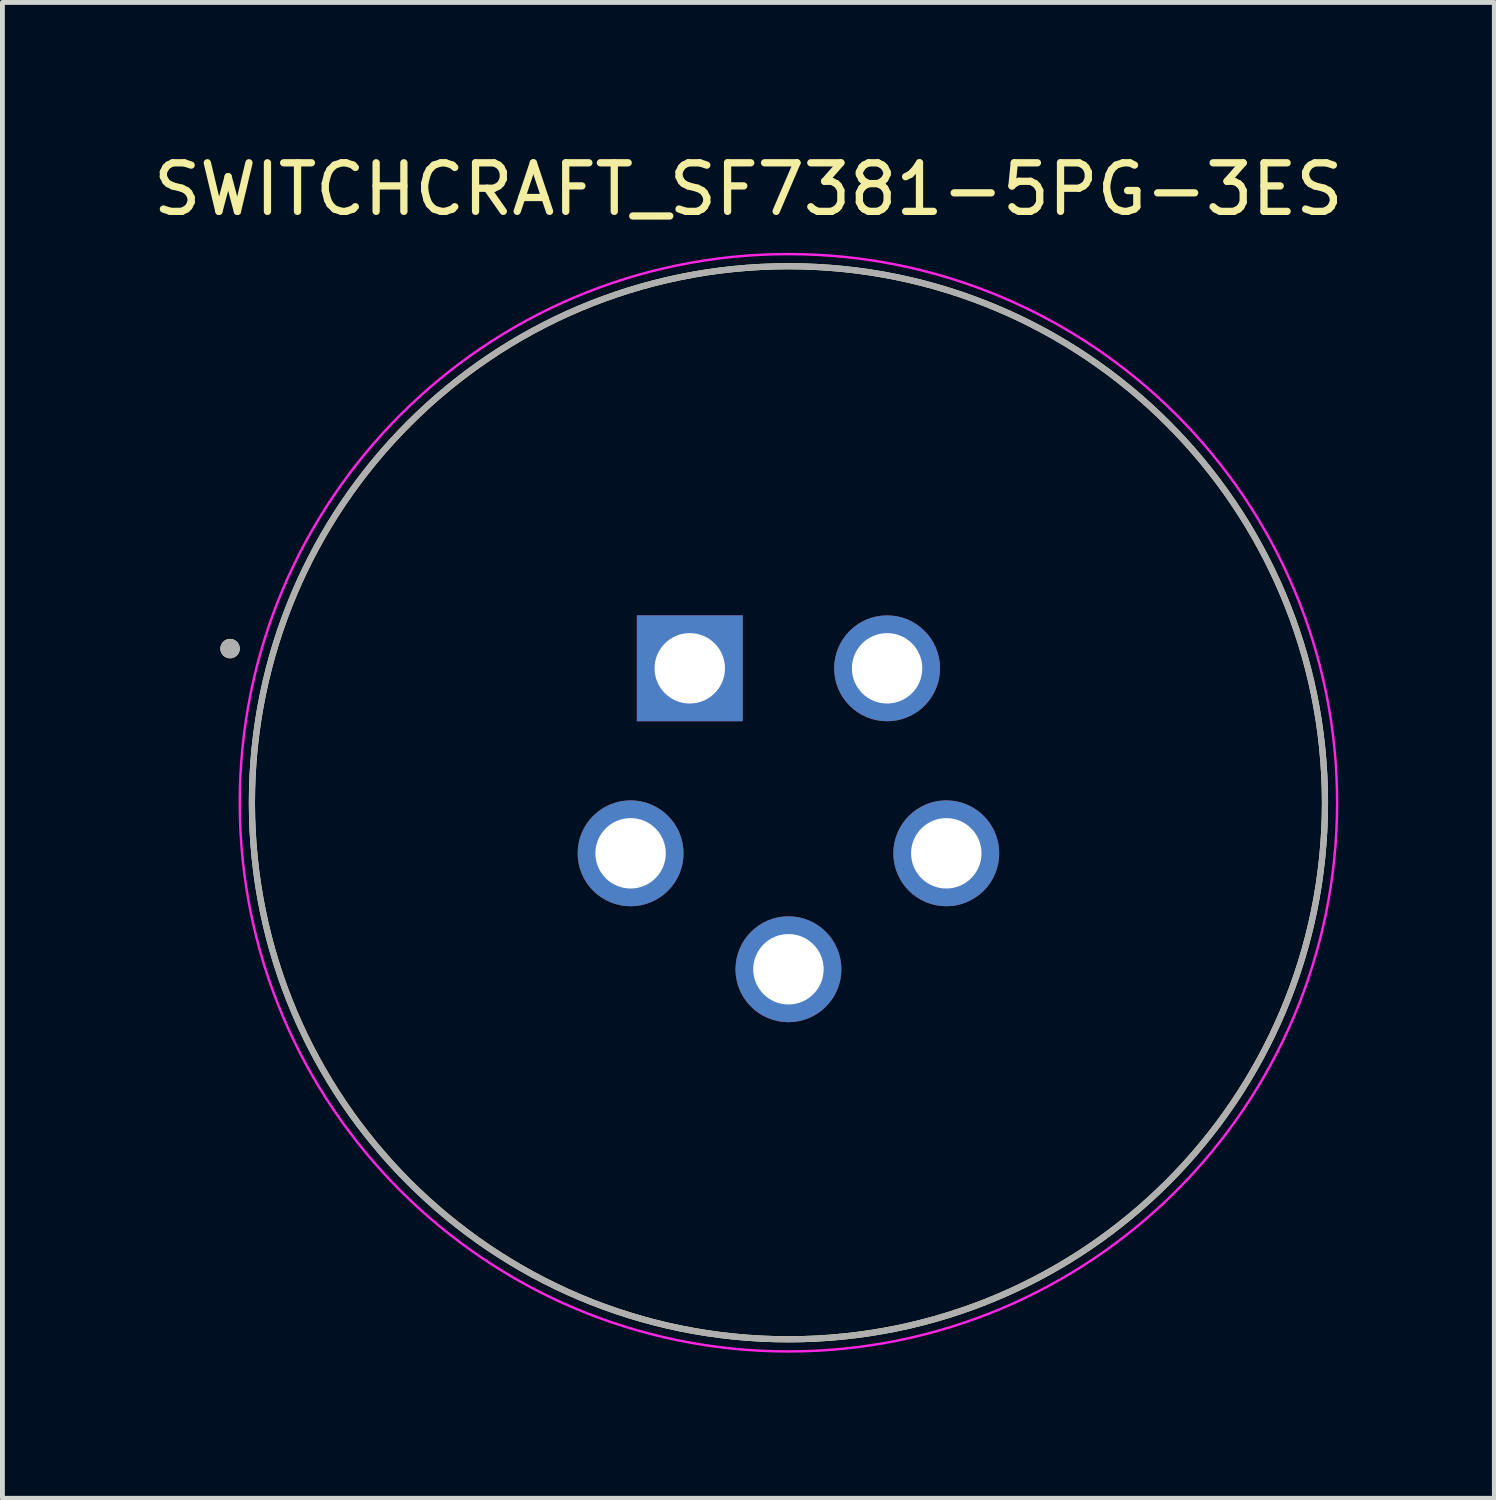
<source format=kicad_pcb>
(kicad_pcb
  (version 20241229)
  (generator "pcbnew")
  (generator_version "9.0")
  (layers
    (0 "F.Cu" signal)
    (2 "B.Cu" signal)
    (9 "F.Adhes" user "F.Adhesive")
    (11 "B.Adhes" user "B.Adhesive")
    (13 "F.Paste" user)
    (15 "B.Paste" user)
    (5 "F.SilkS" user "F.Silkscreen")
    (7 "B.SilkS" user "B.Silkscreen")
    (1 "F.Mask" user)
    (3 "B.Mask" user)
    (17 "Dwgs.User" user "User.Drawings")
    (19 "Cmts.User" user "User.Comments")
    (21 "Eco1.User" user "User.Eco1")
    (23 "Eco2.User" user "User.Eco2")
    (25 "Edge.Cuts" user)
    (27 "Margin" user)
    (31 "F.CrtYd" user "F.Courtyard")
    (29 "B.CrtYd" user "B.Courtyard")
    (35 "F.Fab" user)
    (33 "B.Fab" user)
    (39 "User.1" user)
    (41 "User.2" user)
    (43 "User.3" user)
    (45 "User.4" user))
  (footprint "SWITCHCRAFT_SF7381-5PG-3ES"
    (layer "F.Cu")
    (at 13.188 13.483)
    (property "Reference" "SWITCHCRAFT_SF7381-5PG-3ES" (at -0.825 -12.635 0) (layer "F.SilkS") (effects (font (size 1 1) (thickness 0.15))))
    (attr through_hole)
    (fp_circle (center -11.5 -3.175) (end -11.4 -3.175) (stroke (width 0.2) (type solid)) (fill no) (layer "F.SilkS"))
    (fp_circle (center 0 0) (end 11.05 0) (stroke (width 0.127) (type solid)) (fill no) (layer "F.SilkS"))
    (fp_circle (center 0 0) (end 11.3 0) (stroke (width 0.05) (type solid)) (fill no) (layer "F.CrtYd"))
    (fp_circle (center -11.5 -3.175) (end -11.4 -3.175) (stroke (width 0.2) (type solid)) (fill no) (layer "F.Fab"))
    (fp_circle (center 0 0) (end 11.05 0) (stroke (width 0.127) (type solid)) (fill no) (layer "F.Fab"))
    (pad "1" thru_hole rect (at -2.032 -2.769) (size 2.18 2.18) (drill 1.45) (layers "*.Cu" "*.Mask"))
    (pad "2" thru_hole circle (at -3.251 1.041) (size 2.18 2.18) (drill 1.45) (layers "*.Cu" "*.Mask"))
    (pad "3" thru_hole circle (at 0 3.429) (size 2.18 2.18) (drill 1.45) (layers "*.Cu" "*.Mask"))
    (pad "4" thru_hole circle (at 3.251 1.041) (size 2.18 2.18) (drill 1.45) (layers "*.Cu" "*.Mask"))
    (pad "5" thru_hole circle (at 2.032 -2.769) (size 2.18 2.18) (drill 1.45) (layers "*.Cu" "*.Mask")))
  (gr_rect
    (start -3 -3)
    (end 27.726 27.808)
    (stroke (width 0.1) (type default))
    (fill no)
    (layer "Edge.Cuts")))
</source>
